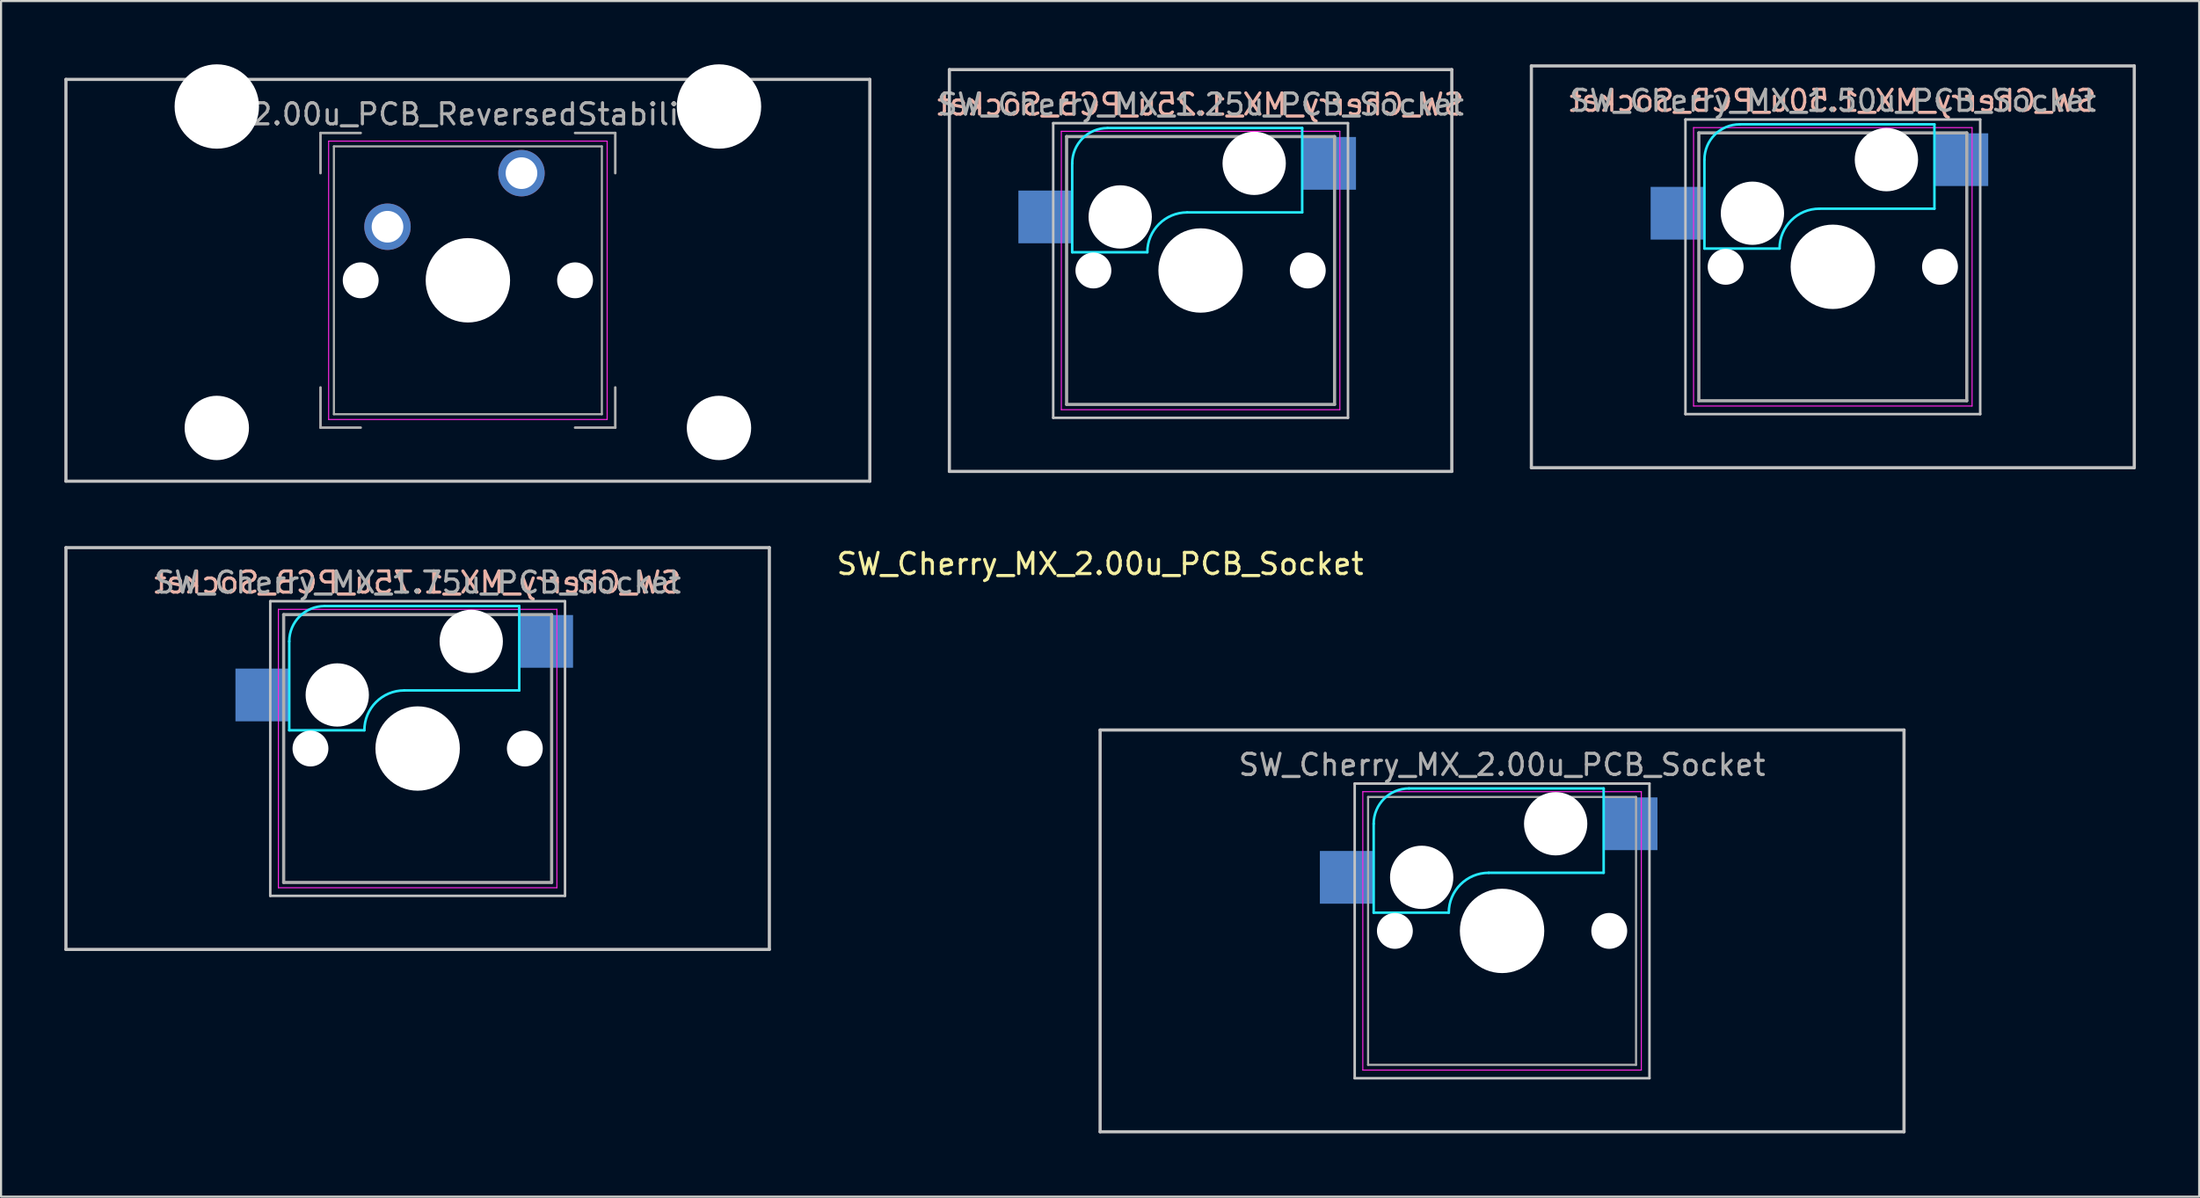
<source format=kicad_pcb>
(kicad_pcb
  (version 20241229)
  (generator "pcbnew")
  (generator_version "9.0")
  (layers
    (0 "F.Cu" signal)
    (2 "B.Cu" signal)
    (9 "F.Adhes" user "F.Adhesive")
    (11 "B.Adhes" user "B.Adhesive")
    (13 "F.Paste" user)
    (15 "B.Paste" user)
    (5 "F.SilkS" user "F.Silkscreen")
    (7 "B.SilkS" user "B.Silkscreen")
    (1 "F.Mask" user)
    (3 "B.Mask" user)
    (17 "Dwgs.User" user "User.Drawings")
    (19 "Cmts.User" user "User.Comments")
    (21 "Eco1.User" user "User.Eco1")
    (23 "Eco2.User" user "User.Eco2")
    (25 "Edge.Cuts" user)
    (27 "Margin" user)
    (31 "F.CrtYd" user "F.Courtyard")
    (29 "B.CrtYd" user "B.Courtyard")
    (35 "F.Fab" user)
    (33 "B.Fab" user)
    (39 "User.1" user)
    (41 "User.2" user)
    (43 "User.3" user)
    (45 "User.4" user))
  (footprint "SW_Cherry_MX_1.75u_PCB_Socket"
    (layer "F.Cu")
    (at 16.744 32.44)
    (property "Reference" "SW_Cherry_MX_1.75u_PCB_Socket" (at 0 -7.874 0) (layer "B.SilkS") (effects (font (size 1 1) (thickness 0.15)) (justify mirror)))
    (attr through_hole)
    (fp_line (start -16.669 -9.525) (end 16.669 -9.525) (stroke (width 0.15) (type solid)) (layer "Dwgs.User"))
    (fp_line (start -16.669 9.525) (end -16.669 -9.525) (stroke (width 0.15) (type solid)) (layer "Dwgs.User"))
    (fp_line (start -6.985 -6.985) (end 6.985 -6.985) (stroke (width 0.12) (type solid)) (layer "Dwgs.User"))
    (fp_line (start -6.985 6.985) (end -6.985 -6.985) (stroke (width 0.12) (type solid)) (layer "Dwgs.User"))
    (fp_line (start 6.985 -6.985) (end 6.985 6.985) (stroke (width 0.12) (type solid)) (layer "Dwgs.User"))
    (fp_line (start 6.985 6.985) (end -6.985 6.985) (stroke (width 0.12) (type solid)) (layer "Dwgs.User"))
    (fp_line (start 16.669 -9.525) (end 16.669 9.525) (stroke (width 0.15) (type solid)) (layer "Dwgs.User"))
    (fp_line (start 16.669 9.525) (end -16.669 9.525) (stroke (width 0.15) (type solid)) (layer "Dwgs.User"))
    (fp_line (start -6.085 -0.865) (end -6.085 -5.08) (stroke (width 0.12) (type solid)) (layer "B.CrtYd"))
    (fp_line (start -6.085 -0.865) (end -2.525 -0.865) (stroke (width 0.12) (type solid)) (layer "B.CrtYd"))
    (fp_line (start -4.41 -6.755) (end 4.815 -6.755) (stroke (width 0.12) (type solid)) (layer "B.CrtYd"))
    (fp_line (start 4.815 -6.755) (end 4.815 -2.755) (stroke (width 0.12) (type solid)) (layer "B.CrtYd"))
    (fp_line (start 4.815 -2.755) (end -0.635 -2.755) (stroke (width 0.12) (type solid)) (layer "B.CrtYd"))
    (fp_arc (start -6.085 -5.08) (mid -5.594404 -6.264404) (end -4.41 -6.755) (stroke (width 0.12) (type solid)) (layer "B.CrtYd"))
    (fp_arc (start -2.525 -0.865) (mid -1.971432 -2.201432) (end -0.635 -2.755) (stroke (width 0.12) (type solid)) (layer "B.CrtYd"))
    (fp_line (start -6.6 -6.6) (end 6.6 -6.6) (stroke (width 0.05) (type solid)) (layer "F.CrtYd"))
    (fp_line (start -6.6 6.6) (end -6.6 -6.6) (stroke (width 0.05) (type solid)) (layer "F.CrtYd"))
    (fp_line (start 6.6 -6.6) (end 6.6 6.6) (stroke (width 0.05) (type solid)) (layer "F.CrtYd"))
    (fp_line (start 6.6 6.6) (end -6.6 6.6) (stroke (width 0.05) (type solid)) (layer "F.CrtYd"))
    (fp_line (start -6.35 -6.35) (end 6.35 -6.35) (stroke (width 0.15) (type solid)) (layer "F.Fab"))
    (fp_line (start -6.35 6.35) (end -6.35 -6.35) (stroke (width 0.15) (type solid)) (layer "F.Fab"))
    (fp_line (start 6.35 -6.35) (end 6.35 6.35) (stroke (width 0.15) (type solid)) (layer "F.Fab"))
    (fp_line (start 6.35 6.35) (end -6.35 6.35) (stroke (width 0.15) (type solid)) (layer "F.Fab"))
    (fp_text user "${REFERENCE}" (at 0 -7.874 0) (layer "F.Fab") (effects (font (size 1 1) (thickness 0.15))))
    (pad "" np_thru_hole circle (at -5.08 0) (size 1.7 1.7) (drill 1.7) (layers "*.Cu" "*.Mask"))
    (pad "" np_thru_hole circle (at -3.81 -2.54) (size 3 3) (drill 3) (layers "*.Cu" "*.Mask"))
    (pad "" np_thru_hole circle (at 0 0) (size 4 4) (drill 4) (layers "*.Cu" "*.Mask"))
    (pad "" np_thru_hole circle (at 2.54 -5.08) (size 3 3) (drill 3) (layers "*.Cu" "*.Mask"))
    (pad "" np_thru_hole circle (at 5.08 0) (size 1.7 1.7) (drill 1.7) (layers "*.Cu" "*.Mask"))
    (pad "1" smd rect (at 6.09 -5.08) (size 2.55 2.5) (layers "B.Cu" "B.Mask" "B.Paste"))
    (pad "2" smd rect (at -7.36 -2.54) (size 2.55 2.5) (layers "B.Cu" "B.Mask" "B.Paste")))
  (footprint "MX_2.00u_PCB_ReversedStabilizers"
    (layer "F.Cu")
    (at 19.125 10.24)
    (property "Reference" "MX_2.00u_PCB_ReversedStabilizers" (at 0 -7.874 0) (layer "F.Fab") (effects (font (size 1 1) (thickness 0.15))))
    (attr through_hole)
    (fp_line (start -19.05 -9.525) (end 19.05 -9.525) (stroke (width 0.15) (type solid)) (layer "Dwgs.User"))
    (fp_line (start -19.05 9.525) (end -19.05 -9.525) (stroke (width 0.15) (type solid)) (layer "Dwgs.User"))
    (fp_line (start 19.05 -9.525) (end 19.05 9.525) (stroke (width 0.15) (type solid)) (layer "Dwgs.User"))
    (fp_line (start 19.05 9.525) (end -19.05 9.525) (stroke (width 0.15) (type solid)) (layer "Dwgs.User"))
    (fp_line (start -6.6 -6.6) (end 6.6 -6.6) (stroke (width 0.05) (type solid)) (layer "F.CrtYd"))
    (fp_line (start -6.6 6.6) (end -6.6 -6.6) (stroke (width 0.05) (type solid)) (layer "F.CrtYd"))
    (fp_line (start 6.6 -6.6) (end 6.6 6.6) (stroke (width 0.05) (type solid)) (layer "F.CrtYd"))
    (fp_line (start 6.6 6.6) (end -6.6 6.6) (stroke (width 0.05) (type solid)) (layer "F.CrtYd"))
    (fp_line (start -6.985 -6.985) (end -5.08 -6.985) (stroke (width 0.12) (type solid)) (layer "F.Fab"))
    (fp_line (start -6.985 -5.08) (end -6.985 -6.985) (stroke (width 0.12) (type solid)) (layer "F.Fab"))
    (fp_line (start -6.985 6.985) (end -6.985 5.08) (stroke (width 0.12) (type solid)) (layer "F.Fab"))
    (fp_line (start -6.35 -6.35) (end 6.35 -6.35) (stroke (width 0.1) (type solid)) (layer "F.Fab"))
    (fp_line (start -6.35 6.35) (end -6.35 -6.35) (stroke (width 0.1) (type solid)) (layer "F.Fab"))
    (fp_line (start -5.08 6.985) (end -6.985 6.985) (stroke (width 0.12) (type solid)) (layer "F.Fab"))
    (fp_line (start 5.08 -6.985) (end 6.985 -6.985) (stroke (width 0.12) (type solid)) (layer "F.Fab"))
    (fp_line (start 6.35 -6.35) (end 6.35 6.35) (stroke (width 0.1) (type solid)) (layer "F.Fab"))
    (fp_line (start 6.35 6.35) (end -6.35 6.35) (stroke (width 0.1) (type solid)) (layer "F.Fab"))
    (fp_line (start 6.985 -6.985) (end 6.985 -5.08) (stroke (width 0.12) (type solid)) (layer "F.Fab"))
    (fp_line (start 6.985 6.985) (end 5.08 6.985) (stroke (width 0.12) (type solid)) (layer "F.Fab"))
    (fp_line (start 6.985 6.985) (end 6.985 5.08) (stroke (width 0.12) (type solid)) (layer "F.Fab"))
    (pad "" np_thru_hole circle (at -11.9 -8.24 180) (size 4 4) (drill 4) (layers "*.Cu" "*.Mask"))
    (pad "" np_thru_hole circle (at -11.9 7 180) (size 3.05 3.05) (drill 3.05) (layers "*.Cu" "*.Mask"))
    (pad "" np_thru_hole circle (at -5.08 0) (size 1.7 1.7) (drill 1.7) (layers "*.Cu" "*.Mask"))
    (pad "" np_thru_hole circle (at 0 0) (size 4 4) (drill 4) (layers "*.Cu" "*.Mask"))
    (pad "" np_thru_hole circle (at 5.08 0) (size 1.7 1.7) (drill 1.7) (layers "*.Cu" "*.Mask"))
    (pad "" np_thru_hole circle (at 11.9 -8.24 180) (size 4 4) (drill 4) (layers "*.Cu" "*.Mask"))
    (pad "" np_thru_hole circle (at 11.9 7 180) (size 3.05 3.05) (drill 3.05) (layers "*.Cu" "*.Mask"))
    (pad "1" thru_hole circle (at 2.54 -5.08) (size 2.2 2.2) (drill 1.5) (layers "*.Cu" "*.Mask"))
    (pad "2" thru_hole circle (at -3.81 -2.54) (size 2.2 2.2) (drill 1.5) (layers "*.Cu" "*.Mask")))
  (footprint "SW_Cherry_MX_1.50u_PCB_Socket"
    (layer "F.Cu")
    (at 83.815 9.6)
    (property "Reference" "SW_Cherry_MX_1.50u_PCB_Socket" (at 0 -7.874 0) (layer "B.SilkS") (effects (font (size 1 1) (thickness 0.15)) (justify mirror)))
    (attr through_hole)
    (fp_line (start -14.287 -9.525) (end 14.287 -9.525) (stroke (width 0.15) (type solid)) (layer "Dwgs.User"))
    (fp_line (start -14.287 9.525) (end -14.287 -9.525) (stroke (width 0.15) (type solid)) (layer "Dwgs.User"))
    (fp_line (start -6.985 -6.985) (end 6.985 -6.985) (stroke (width 0.12) (type solid)) (layer "Dwgs.User"))
    (fp_line (start -6.985 6.985) (end -6.985 -6.985) (stroke (width 0.12) (type solid)) (layer "Dwgs.User"))
    (fp_line (start 6.985 -6.985) (end 6.985 6.985) (stroke (width 0.12) (type solid)) (layer "Dwgs.User"))
    (fp_line (start 6.985 6.985) (end -6.985 6.985) (stroke (width 0.12) (type solid)) (layer "Dwgs.User"))
    (fp_line (start 14.287 -9.525) (end 14.287 9.525) (stroke (width 0.15) (type solid)) (layer "Dwgs.User"))
    (fp_line (start 14.287 9.525) (end -14.287 9.525) (stroke (width 0.15) (type solid)) (layer "Dwgs.User"))
    (fp_line (start -6.085 -0.865) (end -6.085 -5.08) (stroke (width 0.12) (type solid)) (layer "B.CrtYd"))
    (fp_line (start -6.085 -0.865) (end -2.525 -0.865) (stroke (width 0.12) (type solid)) (layer "B.CrtYd"))
    (fp_line (start -4.41 -6.755) (end 4.815 -6.755) (stroke (width 0.12) (type solid)) (layer "B.CrtYd"))
    (fp_line (start 4.815 -6.755) (end 4.815 -2.755) (stroke (width 0.12) (type solid)) (layer "B.CrtYd"))
    (fp_line (start 4.815 -2.755) (end -0.635 -2.755) (stroke (width 0.12) (type solid)) (layer "B.CrtYd"))
    (fp_arc (start -6.085 -5.08) (mid -5.594404 -6.264404) (end -4.41 -6.755) (stroke (width 0.12) (type solid)) (layer "B.CrtYd"))
    (fp_arc (start -2.525 -0.865) (mid -1.971432 -2.201432) (end -0.635 -2.755) (stroke (width 0.12) (type solid)) (layer "B.CrtYd"))
    (fp_line (start -6.6 -6.6) (end 6.6 -6.6) (stroke (width 0.05) (type solid)) (layer "F.CrtYd"))
    (fp_line (start -6.6 6.6) (end -6.6 -6.6) (stroke (width 0.05) (type solid)) (layer "F.CrtYd"))
    (fp_line (start 6.6 -6.6) (end 6.6 6.6) (stroke (width 0.05) (type solid)) (layer "F.CrtYd"))
    (fp_line (start 6.6 6.6) (end -6.6 6.6) (stroke (width 0.05) (type solid)) (layer "F.CrtYd"))
    (fp_line (start -6.35 -6.35) (end 6.35 -6.35) (stroke (width 0.15) (type solid)) (layer "F.Fab"))
    (fp_line (start -6.35 6.35) (end -6.35 -6.35) (stroke (width 0.15) (type solid)) (layer "F.Fab"))
    (fp_line (start 6.35 -6.35) (end 6.35 6.35) (stroke (width 0.15) (type solid)) (layer "F.Fab"))
    (fp_line (start 6.35 6.35) (end -6.35 6.35) (stroke (width 0.15) (type solid)) (layer "F.Fab"))
    (fp_text user "${REFERENCE}" (at 0 -7.874 0) (layer "F.Fab") (effects (font (size 1 1) (thickness 0.15))))
    (pad "" np_thru_hole circle (at -5.08 0) (size 1.7 1.7) (drill 1.7) (layers "*.Cu" "*.Mask"))
    (pad "" np_thru_hole circle (at -3.81 -2.54) (size 3 3) (drill 3) (layers "*.Cu" "*.Mask"))
    (pad "" np_thru_hole circle (at 0 0) (size 4 4) (drill 4) (layers "*.Cu" "*.Mask"))
    (pad "" np_thru_hole circle (at 2.54 -5.08) (size 3 3) (drill 3) (layers "*.Cu" "*.Mask"))
    (pad "" np_thru_hole circle (at 5.08 0) (size 1.7 1.7) (drill 1.7) (layers "*.Cu" "*.Mask"))
    (pad "1" smd rect (at 6.09 -5.08) (size 2.55 2.5) (layers "B.Cu" "B.Mask" "B.Paste"))
    (pad "2" smd rect (at -7.36 -2.54) (size 2.55 2.5) (layers "B.Cu" "B.Mask" "B.Paste")))
  (footprint "SW_Cherry_MX_2.00u_PCB_Socket"
    (layer "F.Cu")
    (at 68.139 41.087)
    (property "Reference" "SW_Cherry_MX_2.00u_PCB_Socket" (at -19.05 -17.399 0) (layer "F.SilkS") (effects (font (size 1 1) (thickness 0.15))))
    (attr through_hole)
    (fp_line (start -19.05 -9.525) (end 19.05 -9.525) (stroke (width 0.15) (type solid)) (layer "Dwgs.User"))
    (fp_line (start -19.05 9.525) (end -19.05 -9.525) (stroke (width 0.15) (type solid)) (layer "Dwgs.User"))
    (fp_line (start -6.985 -6.985) (end 6.985 -6.985) (stroke (width 0.12) (type solid)) (layer "Dwgs.User"))
    (fp_line (start -6.985 6.985) (end -6.985 -6.985) (stroke (width 0.12) (type solid)) (layer "Dwgs.User"))
    (fp_line (start 6.985 -6.985) (end 6.985 6.985) (stroke (width 0.12) (type solid)) (layer "Dwgs.User"))
    (fp_line (start 6.985 6.985) (end -6.985 6.985) (stroke (width 0.12) (type solid)) (layer "Dwgs.User"))
    (fp_line (start 19.05 -9.525) (end 19.05 9.525) (stroke (width 0.15) (type solid)) (layer "Dwgs.User"))
    (fp_line (start 19.05 9.525) (end -19.05 9.525) (stroke (width 0.15) (type solid)) (layer "Dwgs.User"))
    (fp_line (start -6.085 -5.08) (end -6.085 -0.865) (stroke (width 0.12) (type solid)) (layer "B.CrtYd"))
    (fp_line (start -6.085 -0.865) (end -2.525 -0.865) (stroke (width 0.12) (type solid)) (layer "B.CrtYd"))
    (fp_line (start -4.41 -6.755) (end 4.815 -6.755) (stroke (width 0.12) (type solid)) (layer "B.CrtYd"))
    (fp_line (start 4.815 -2.755) (end -0.635 -2.755) (stroke (width 0.12) (type solid)) (layer "B.CrtYd"))
    (fp_line (start 4.815 -2.755) (end 4.815 -6.755) (stroke (width 0.12) (type solid)) (layer "B.CrtYd"))
    (fp_arc (start -6.085 -5.08) (mid -5.594404 -6.264404) (end -4.41 -6.755) (stroke (width 0.12) (type solid)) (layer "B.CrtYd"))
    (fp_arc (start -2.525 -0.865) (mid -1.971432 -2.201432) (end -0.635 -2.755) (stroke (width 0.12) (type solid)) (layer "B.CrtYd"))
    (fp_line (start -6.6 -6.6) (end 6.6 -6.6) (stroke (width 0.05) (type solid)) (layer "F.CrtYd"))
    (fp_line (start -6.6 6.6) (end -6.6 -6.6) (stroke (width 0.05) (type solid)) (layer "F.CrtYd"))
    (fp_line (start 6.6 -6.6) (end 6.6 6.6) (stroke (width 0.05) (type solid)) (layer "F.CrtYd"))
    (fp_line (start 6.6 6.6) (end -6.6 6.6) (stroke (width 0.05) (type solid)) (layer "F.CrtYd"))
    (fp_line (start -6.35 -6.35) (end 6.35 -6.35) (stroke (width 0.1) (type solid)) (layer "F.Fab"))
    (fp_line (start -6.35 6.35) (end -6.35 -6.35) (stroke (width 0.1) (type solid)) (layer "F.Fab"))
    (fp_line (start 6.35 -6.35) (end 6.35 6.35) (stroke (width 0.1) (type solid)) (layer "F.Fab"))
    (fp_line (start 6.35 6.35) (end -6.35 6.35) (stroke (width 0.1) (type solid)) (layer "F.Fab"))
    (fp_text user "${REFERENCE}" (at 0 -7.874 0) (layer "F.Fab") (effects (font (size 1 1) (thickness 0.15))))
    (pad "" np_thru_hole circle (at -5.08 0) (size 1.7 1.7) (drill 1.7) (layers "*.Cu" "*.Mask"))
    (pad "" np_thru_hole circle (at -3.81 -2.54) (size 3 3) (drill 3) (layers "*.Cu" "*.Mask"))
    (pad "" np_thru_hole circle (at 0 0) (size 4 4) (drill 4) (layers "*.Cu" "*.Mask"))
    (pad "" np_thru_hole circle (at 2.54 -5.08) (size 3 3) (drill 3) (layers "*.Cu" "*.Mask"))
    (pad "" np_thru_hole circle (at 5.08 0) (size 1.7 1.7) (drill 1.7) (layers "*.Cu" "*.Mask"))
    (pad "1" smd rect (at 6.09 -5.08) (size 2.55 2.5) (layers "B.Cu" "B.Mask" "B.Paste"))
    (pad "2" smd rect (at -7.36 -2.54) (size 2.55 2.5) (layers "B.Cu" "B.Mask" "B.Paste")))
  (footprint "SW_Cherry_MX_1.25u_PCB_Socket"
    (layer "F.Cu")
    (at 41.945 0.25)
    (property "Reference" "SW_Cherry_MX_1.25u_PCB_Socket" (at 11.906 1.651 0) (layer "B.SilkS") (effects (font (size 1 1) (thickness 0.15)) (justify mirror)))
    (attr through_hole)
    (fp_line (start 0 0) (end 23.812 0) (stroke (width 0.15) (type solid)) (layer "Dwgs.User"))
    (fp_line (start 0 19.05) (end 0 0) (stroke (width 0.15) (type solid)) (layer "Dwgs.User"))
    (fp_line (start 4.921 2.54) (end 18.891 2.54) (stroke (width 0.12) (type solid)) (layer "Dwgs.User"))
    (fp_line (start 4.921 16.51) (end 4.921 2.54) (stroke (width 0.12) (type solid)) (layer "Dwgs.User"))
    (fp_line (start 18.891 2.54) (end 18.891 16.51) (stroke (width 0.12) (type solid)) (layer "Dwgs.User"))
    (fp_line (start 18.891 16.51) (end 4.921 16.51) (stroke (width 0.12) (type solid)) (layer "Dwgs.User"))
    (fp_line (start 23.812 0) (end 23.812 19.05) (stroke (width 0.15) (type solid)) (layer "Dwgs.User"))
    (fp_line (start 23.812 19.05) (end 0 19.05) (stroke (width 0.15) (type solid)) (layer "Dwgs.User"))
    (fp_line (start 5.821 8.66) (end 5.821 4.445) (stroke (width 0.12) (type solid)) (layer "B.CrtYd"))
    (fp_line (start 5.821 8.66) (end 9.381 8.66) (stroke (width 0.12) (type solid)) (layer "B.CrtYd"))
    (fp_line (start 7.496 2.77) (end 16.721 2.77) (stroke (width 0.12) (type solid)) (layer "B.CrtYd"))
    (fp_line (start 16.721 2.77) (end 16.721 6.77) (stroke (width 0.12) (type solid)) (layer "B.CrtYd"))
    (fp_line (start 16.721 6.77) (end 11.271 6.77) (stroke (width 0.12) (type solid)) (layer "B.CrtYd"))
    (fp_arc (start 5.82125 4.445) (mid 6.311846 3.260596) (end 7.49625 2.77) (stroke (width 0.12) (type solid)) (layer "B.CrtYd"))
    (fp_arc (start 9.38125 8.66) (mid 9.934818 7.323568) (end 11.27125 6.77) (stroke (width 0.12) (type solid)) (layer "B.CrtYd"))
    (fp_line (start 5.306 2.925) (end 18.506 2.925) (stroke (width 0.05) (type solid)) (layer "F.CrtYd"))
    (fp_line (start 5.306 16.125) (end 5.306 2.925) (stroke (width 0.05) (type solid)) (layer "F.CrtYd"))
    (fp_line (start 18.506 2.925) (end 18.506 16.125) (stroke (width 0.05) (type solid)) (layer "F.CrtYd"))
    (fp_line (start 18.506 16.125) (end 5.306 16.125) (stroke (width 0.05) (type solid)) (layer "F.CrtYd"))
    (fp_line (start 5.556 3.175) (end 18.256 3.175) (stroke (width 0.15) (type solid)) (layer "F.Fab"))
    (fp_line (start 5.556 15.875) (end 5.556 3.175) (stroke (width 0.15) (type solid)) (layer "F.Fab"))
    (fp_line (start 18.256 3.175) (end 18.256 15.875) (stroke (width 0.15) (type solid)) (layer "F.Fab"))
    (fp_line (start 18.256 15.875) (end 5.556 15.875) (stroke (width 0.15) (type solid)) (layer "F.Fab"))
    (fp_text user "${REFERENCE}" (at 11.906 1.651 0) (layer "F.Fab") (effects (font (size 1 1) (thickness 0.15))))
    (pad "" np_thru_hole circle (at 6.826 9.525) (size 1.7 1.7) (drill 1.7) (layers "*.Cu" "*.Mask"))
    (pad "" np_thru_hole circle (at 8.096 6.985) (size 3 3) (drill 3) (layers "*.Cu" "*.Mask"))
    (pad "" np_thru_hole circle (at 11.906 9.525) (size 4 4) (drill 4) (layers "*.Cu" "*.Mask"))
    (pad "" np_thru_hole circle (at 14.446 4.445) (size 3 3) (drill 3) (layers "*.Cu" "*.Mask"))
    (pad "" np_thru_hole circle (at 16.986 9.525) (size 1.7 1.7) (drill 1.7) (layers "*.Cu" "*.Mask"))
    (pad "1" smd rect (at 17.996 4.445) (size 2.55 2.5) (layers "B.Cu" "B.Mask" "B.Paste"))
    (pad "2" smd rect (at 4.546 6.985) (size 2.55 2.5) (layers "B.Cu" "B.Mask" "B.Paste")))
  (gr_rect
    (start -3 -3)
    (end 101.177 53.687)
    (stroke (width 0.1) (type default))
    (fill no)
    (layer "Edge.Cuts")))
</source>
